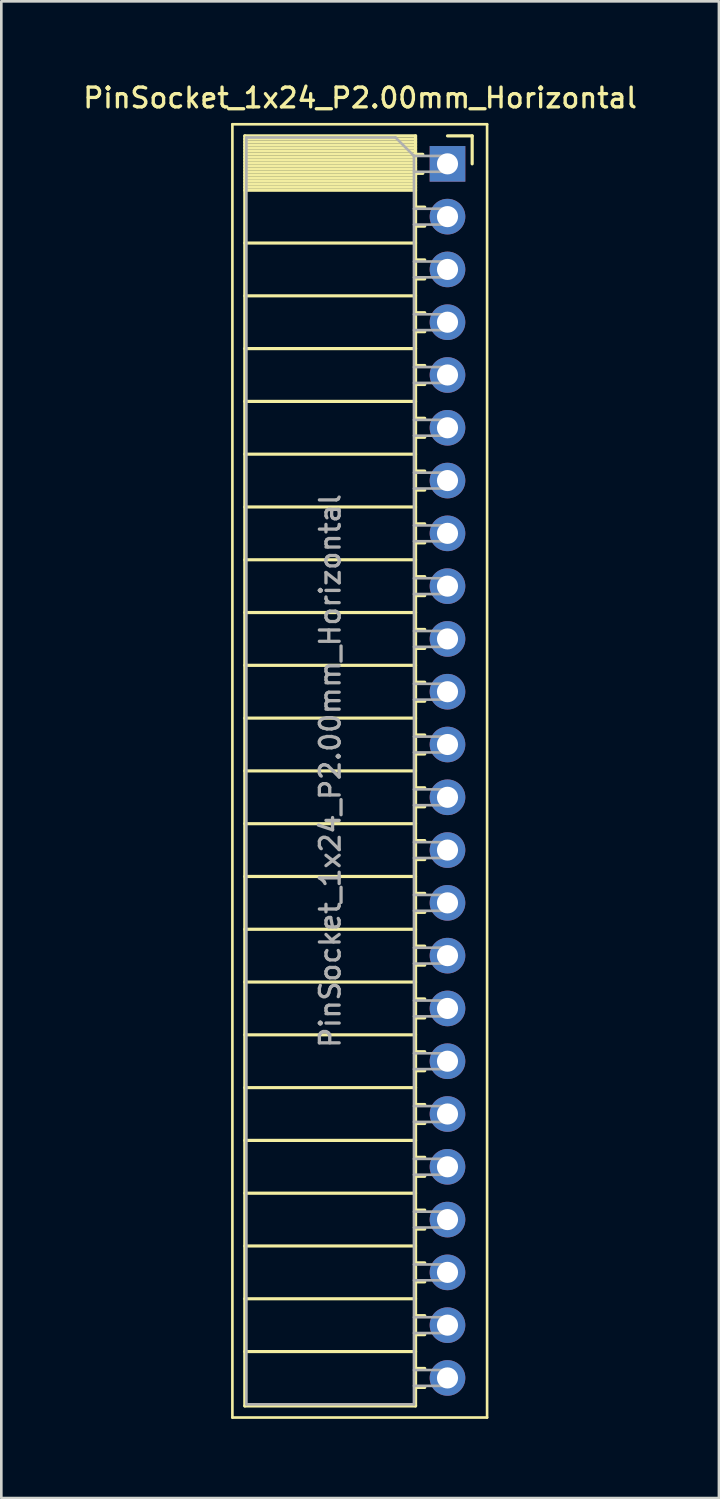
<source format=kicad_pcb>
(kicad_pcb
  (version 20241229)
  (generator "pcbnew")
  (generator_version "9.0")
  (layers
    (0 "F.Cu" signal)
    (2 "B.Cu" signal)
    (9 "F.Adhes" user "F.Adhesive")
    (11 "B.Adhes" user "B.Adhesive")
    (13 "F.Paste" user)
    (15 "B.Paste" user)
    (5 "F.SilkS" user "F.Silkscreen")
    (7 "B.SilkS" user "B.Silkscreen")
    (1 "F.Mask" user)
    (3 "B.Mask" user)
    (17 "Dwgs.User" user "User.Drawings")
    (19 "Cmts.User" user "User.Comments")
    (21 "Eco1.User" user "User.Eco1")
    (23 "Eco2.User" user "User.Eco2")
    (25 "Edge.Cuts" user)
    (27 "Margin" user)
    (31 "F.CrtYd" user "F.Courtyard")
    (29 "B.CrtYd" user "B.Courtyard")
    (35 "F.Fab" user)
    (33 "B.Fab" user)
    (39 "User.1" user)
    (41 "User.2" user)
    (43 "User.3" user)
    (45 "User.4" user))
  (footprint "PinSocket_1x24_P2.00mm_Horizontal"
    (layer "F.Cu")
    (at 13.905 3.158)
    (property "Reference" "PinSocket_1x24_P2.00mm_Horizontal" (at -3.31 -2.5 0) (layer "F.SilkS") (effects (font (size 0.75 0.75) (thickness 0.125))))
    (attr through_hole)
    (fp_line (start -8.15 -1.5) (end -8.15 47.5) (stroke (width 0.1) (type solid)) (layer "F.SilkS"))
    (fp_line (start -8.15 47.5) (end 1.5 47.5) (stroke (width 0.1) (type solid)) (layer "F.SilkS"))
    (fp_line (start -7.68 -1.06) (end -7.68 47.06) (stroke (width 0.12) (type solid)) (layer "F.SilkS"))
    (fp_line (start -7.68 -1.06) (end -1.21 -1.06) (stroke (width 0.12) (type solid)) (layer "F.SilkS"))
    (fp_line (start -7.68 -0.94) (end -1.21 -0.94) (stroke (width 0.12) (type solid)) (layer "F.SilkS"))
    (fp_line (start -7.68 -0.826) (end -1.21 -0.826) (stroke (width 0.12) (type solid)) (layer "F.SilkS"))
    (fp_line (start -7.68 -0.712) (end -1.21 -0.712) (stroke (width 0.12) (type solid)) (layer "F.SilkS"))
    (fp_line (start -7.68 -0.598) (end -1.21 -0.598) (stroke (width 0.12) (type solid)) (layer "F.SilkS"))
    (fp_line (start -7.68 -0.484) (end -1.21 -0.484) (stroke (width 0.12) (type solid)) (layer "F.SilkS"))
    (fp_line (start -7.68 -0.369) (end -1.21 -0.369) (stroke (width 0.12) (type solid)) (layer "F.SilkS"))
    (fp_line (start -7.68 -0.255) (end -1.21 -0.255) (stroke (width 0.12) (type solid)) (layer "F.SilkS"))
    (fp_line (start -7.68 -0.141) (end -1.21 -0.141) (stroke (width 0.12) (type solid)) (layer "F.SilkS"))
    (fp_line (start -7.68 -0.027) (end -1.21 -0.027) (stroke (width 0.12) (type solid)) (layer "F.SilkS"))
    (fp_line (start -7.68 0.087) (end -1.21 0.087) (stroke (width 0.12) (type solid)) (layer "F.SilkS"))
    (fp_line (start -7.68 0.201) (end -1.21 0.201) (stroke (width 0.12) (type solid)) (layer "F.SilkS"))
    (fp_line (start -7.68 0.315) (end -1.21 0.315) (stroke (width 0.12) (type solid)) (layer "F.SilkS"))
    (fp_line (start -7.68 0.429) (end -1.21 0.429) (stroke (width 0.12) (type solid)) (layer "F.SilkS"))
    (fp_line (start -7.68 0.544) (end -1.21 0.544) (stroke (width 0.12) (type solid)) (layer "F.SilkS"))
    (fp_line (start -7.68 0.658) (end -1.21 0.658) (stroke (width 0.12) (type solid)) (layer "F.SilkS"))
    (fp_line (start -7.68 0.772) (end -1.21 0.772) (stroke (width 0.12) (type solid)) (layer "F.SilkS"))
    (fp_line (start -7.68 0.886) (end -1.21 0.886) (stroke (width 0.12) (type solid)) (layer "F.SilkS"))
    (fp_line (start -7.68 1) (end -1.21 1) (stroke (width 0.12) (type solid)) (layer "F.SilkS"))
    (fp_line (start -7.68 3) (end -1.21 3) (stroke (width 0.12) (type solid)) (layer "F.SilkS"))
    (fp_line (start -7.68 5) (end -1.21 5) (stroke (width 0.12) (type solid)) (layer "F.SilkS"))
    (fp_line (start -7.68 7) (end -1.21 7) (stroke (width 0.12) (type solid)) (layer "F.SilkS"))
    (fp_line (start -7.68 9) (end -1.21 9) (stroke (width 0.12) (type solid)) (layer "F.SilkS"))
    (fp_line (start -7.68 11) (end -1.21 11) (stroke (width 0.12) (type solid)) (layer "F.SilkS"))
    (fp_line (start -7.68 13) (end -1.21 13) (stroke (width 0.12) (type solid)) (layer "F.SilkS"))
    (fp_line (start -7.68 15) (end -1.21 15) (stroke (width 0.12) (type solid)) (layer "F.SilkS"))
    (fp_line (start -7.68 17) (end -1.21 17) (stroke (width 0.12) (type solid)) (layer "F.SilkS"))
    (fp_line (start -7.68 19) (end -1.21 19) (stroke (width 0.12) (type solid)) (layer "F.SilkS"))
    (fp_line (start -7.68 21) (end -1.21 21) (stroke (width 0.12) (type solid)) (layer "F.SilkS"))
    (fp_line (start -7.68 23) (end -1.21 23) (stroke (width 0.12) (type solid)) (layer "F.SilkS"))
    (fp_line (start -7.68 25) (end -1.21 25) (stroke (width 0.12) (type solid)) (layer "F.SilkS"))
    (fp_line (start -7.68 27) (end -1.21 27) (stroke (width 0.12) (type solid)) (layer "F.SilkS"))
    (fp_line (start -7.68 29) (end -1.21 29) (stroke (width 0.12) (type solid)) (layer "F.SilkS"))
    (fp_line (start -7.68 31) (end -1.21 31) (stroke (width 0.12) (type solid)) (layer "F.SilkS"))
    (fp_line (start -7.68 33) (end -1.21 33) (stroke (width 0.12) (type solid)) (layer "F.SilkS"))
    (fp_line (start -7.68 35) (end -1.21 35) (stroke (width 0.12) (type solid)) (layer "F.SilkS"))
    (fp_line (start -7.68 37) (end -1.21 37) (stroke (width 0.12) (type solid)) (layer "F.SilkS"))
    (fp_line (start -7.68 39) (end -1.21 39) (stroke (width 0.12) (type solid)) (layer "F.SilkS"))
    (fp_line (start -7.68 41) (end -1.21 41) (stroke (width 0.12) (type solid)) (layer "F.SilkS"))
    (fp_line (start -7.68 43) (end -1.21 43) (stroke (width 0.12) (type solid)) (layer "F.SilkS"))
    (fp_line (start -7.68 45) (end -1.21 45) (stroke (width 0.12) (type solid)) (layer "F.SilkS"))
    (fp_line (start -7.68 47.06) (end -1.21 47.06) (stroke (width 0.12) (type solid)) (layer "F.SilkS"))
    (fp_line (start -1.21 -1.06) (end -1.21 47.06) (stroke (width 0.12) (type solid)) (layer "F.SilkS"))
    (fp_line (start -1.21 -0.36) (end -0.935 -0.36) (stroke (width 0.12) (type solid)) (layer "F.SilkS"))
    (fp_line (start -1.21 0.36) (end -0.935 0.36) (stroke (width 0.12) (type solid)) (layer "F.SilkS"))
    (fp_line (start -1.21 1.64) (end -0.863 1.64) (stroke (width 0.12) (type solid)) (layer "F.SilkS"))
    (fp_line (start -1.21 2.36) (end -0.863 2.36) (stroke (width 0.12) (type solid)) (layer "F.SilkS"))
    (fp_line (start -1.21 3.64) (end -0.863 3.64) (stroke (width 0.12) (type solid)) (layer "F.SilkS"))
    (fp_line (start -1.21 4.36) (end -0.863 4.36) (stroke (width 0.12) (type solid)) (layer "F.SilkS"))
    (fp_line (start -1.21 5.64) (end -0.863 5.64) (stroke (width 0.12) (type solid)) (layer "F.SilkS"))
    (fp_line (start -1.21 6.36) (end -0.863 6.36) (stroke (width 0.12) (type solid)) (layer "F.SilkS"))
    (fp_line (start -1.21 7.64) (end -0.863 7.64) (stroke (width 0.12) (type solid)) (layer "F.SilkS"))
    (fp_line (start -1.21 8.36) (end -0.863 8.36) (stroke (width 0.12) (type solid)) (layer "F.SilkS"))
    (fp_line (start -1.21 9.64) (end -0.863 9.64) (stroke (width 0.12) (type solid)) (layer "F.SilkS"))
    (fp_line (start -1.21 10.36) (end -0.863 10.36) (stroke (width 0.12) (type solid)) (layer "F.SilkS"))
    (fp_line (start -1.21 11.64) (end -0.863 11.64) (stroke (width 0.12) (type solid)) (layer "F.SilkS"))
    (fp_line (start -1.21 12.36) (end -0.863 12.36) (stroke (width 0.12) (type solid)) (layer "F.SilkS"))
    (fp_line (start -1.21 13.64) (end -0.863 13.64) (stroke (width 0.12) (type solid)) (layer "F.SilkS"))
    (fp_line (start -1.21 14.36) (end -0.863 14.36) (stroke (width 0.12) (type solid)) (layer "F.SilkS"))
    (fp_line (start -1.21 15.64) (end -0.863 15.64) (stroke (width 0.12) (type solid)) (layer "F.SilkS"))
    (fp_line (start -1.21 16.36) (end -0.863 16.36) (stroke (width 0.12) (type solid)) (layer "F.SilkS"))
    (fp_line (start -1.21 17.64) (end -0.863 17.64) (stroke (width 0.12) (type solid)) (layer "F.SilkS"))
    (fp_line (start -1.21 18.36) (end -0.863 18.36) (stroke (width 0.12) (type solid)) (layer "F.SilkS"))
    (fp_line (start -1.21 19.64) (end -0.863 19.64) (stroke (width 0.12) (type solid)) (layer "F.SilkS"))
    (fp_line (start -1.21 20.36) (end -0.863 20.36) (stroke (width 0.12) (type solid)) (layer "F.SilkS"))
    (fp_line (start -1.21 21.64) (end -0.863 21.64) (stroke (width 0.12) (type solid)) (layer "F.SilkS"))
    (fp_line (start -1.21 22.36) (end -0.863 22.36) (stroke (width 0.12) (type solid)) (layer "F.SilkS"))
    (fp_line (start -1.21 23.64) (end -0.863 23.64) (stroke (width 0.12) (type solid)) (layer "F.SilkS"))
    (fp_line (start -1.21 24.36) (end -0.863 24.36) (stroke (width 0.12) (type solid)) (layer "F.SilkS"))
    (fp_line (start -1.21 25.64) (end -0.863 25.64) (stroke (width 0.12) (type solid)) (layer "F.SilkS"))
    (fp_line (start -1.21 26.36) (end -0.863 26.36) (stroke (width 0.12) (type solid)) (layer "F.SilkS"))
    (fp_line (start -1.21 27.64) (end -0.863 27.64) (stroke (width 0.12) (type solid)) (layer "F.SilkS"))
    (fp_line (start -1.21 28.36) (end -0.863 28.36) (stroke (width 0.12) (type solid)) (layer "F.SilkS"))
    (fp_line (start -1.21 29.64) (end -0.863 29.64) (stroke (width 0.12) (type solid)) (layer "F.SilkS"))
    (fp_line (start -1.21 30.36) (end -0.863 30.36) (stroke (width 0.12) (type solid)) (layer "F.SilkS"))
    (fp_line (start -1.21 31.64) (end -0.863 31.64) (stroke (width 0.12) (type solid)) (layer "F.SilkS"))
    (fp_line (start -1.21 32.36) (end -0.863 32.36) (stroke (width 0.12) (type solid)) (layer "F.SilkS"))
    (fp_line (start -1.21 33.64) (end -0.863 33.64) (stroke (width 0.12) (type solid)) (layer "F.SilkS"))
    (fp_line (start -1.21 34.36) (end -0.863 34.36) (stroke (width 0.12) (type solid)) (layer "F.SilkS"))
    (fp_line (start -1.21 35.64) (end -0.863 35.64) (stroke (width 0.12) (type solid)) (layer "F.SilkS"))
    (fp_line (start -1.21 36.36) (end -0.863 36.36) (stroke (width 0.12) (type solid)) (layer "F.SilkS"))
    (fp_line (start -1.21 37.64) (end -0.863 37.64) (stroke (width 0.12) (type solid)) (layer "F.SilkS"))
    (fp_line (start -1.21 38.36) (end -0.863 38.36) (stroke (width 0.12) (type solid)) (layer "F.SilkS"))
    (fp_line (start -1.21 39.64) (end -0.863 39.64) (stroke (width 0.12) (type solid)) (layer "F.SilkS"))
    (fp_line (start -1.21 40.36) (end -0.863 40.36) (stroke (width 0.12) (type solid)) (layer "F.SilkS"))
    (fp_line (start -1.21 41.64) (end -0.863 41.64) (stroke (width 0.12) (type solid)) (layer "F.SilkS"))
    (fp_line (start -1.21 42.36) (end -0.863 42.36) (stroke (width 0.12) (type solid)) (layer "F.SilkS"))
    (fp_line (start -1.21 43.64) (end -0.863 43.64) (stroke (width 0.12) (type solid)) (layer "F.SilkS"))
    (fp_line (start -1.21 44.36) (end -0.863 44.36) (stroke (width 0.12) (type solid)) (layer "F.SilkS"))
    (fp_line (start -1.21 45.64) (end -0.863 45.64) (stroke (width 0.12) (type solid)) (layer "F.SilkS"))
    (fp_line (start -1.21 46.36) (end -0.863 46.36) (stroke (width 0.12) (type solid)) (layer "F.SilkS"))
    (fp_line (start 0 -1.06) (end 0.935 -1.06) (stroke (width 0.12) (type solid)) (layer "F.SilkS"))
    (fp_line (start 0.935 -1.06) (end 0.935 0) (stroke (width 0.12) (type solid)) (layer "F.SilkS"))
    (fp_line (start 1.5 -1.5) (end -8.15 -1.5) (stroke (width 0.1) (type solid)) (layer "F.SilkS"))
    (fp_line (start 1.5 47.5) (end 1.5 -1.5) (stroke (width 0.1) (type solid)) (layer "F.SilkS"))
    (fp_line (start -7.62 -1) (end -1.97 -1) (stroke (width 0.1) (type solid)) (layer "F.Fab"))
    (fp_line (start -7.62 47) (end -7.62 -1) (stroke (width 0.1) (type solid)) (layer "F.Fab"))
    (fp_line (start -1.97 -1) (end -1.27 -0.3) (stroke (width 0.1) (type solid)) (layer "F.Fab"))
    (fp_line (start -1.27 -0.3) (end -1.27 47) (stroke (width 0.1) (type solid)) (layer "F.Fab"))
    (fp_line (start -1.27 0.3) (end 0 0.3) (stroke (width 0.1) (type solid)) (layer "F.Fab"))
    (fp_line (start -1.27 2.3) (end 0 2.3) (stroke (width 0.1) (type solid)) (layer "F.Fab"))
    (fp_line (start -1.27 4.3) (end 0 4.3) (stroke (width 0.1) (type solid)) (layer "F.Fab"))
    (fp_line (start -1.27 6.3) (end 0 6.3) (stroke (width 0.1) (type solid)) (layer "F.Fab"))
    (fp_line (start -1.27 8.3) (end 0 8.3) (stroke (width 0.1) (type solid)) (layer "F.Fab"))
    (fp_line (start -1.27 10.3) (end 0 10.3) (stroke (width 0.1) (type solid)) (layer "F.Fab"))
    (fp_line (start -1.27 12.3) (end 0 12.3) (stroke (width 0.1) (type solid)) (layer "F.Fab"))
    (fp_line (start -1.27 14.3) (end 0 14.3) (stroke (width 0.1) (type solid)) (layer "F.Fab"))
    (fp_line (start -1.27 16.3) (end 0 16.3) (stroke (width 0.1) (type solid)) (layer "F.Fab"))
    (fp_line (start -1.27 18.3) (end 0 18.3) (stroke (width 0.1) (type solid)) (layer "F.Fab"))
    (fp_line (start -1.27 20.3) (end 0 20.3) (stroke (width 0.1) (type solid)) (layer "F.Fab"))
    (fp_line (start -1.27 22.3) (end 0 22.3) (stroke (width 0.1) (type solid)) (layer "F.Fab"))
    (fp_line (start -1.27 24.3) (end 0 24.3) (stroke (width 0.1) (type solid)) (layer "F.Fab"))
    (fp_line (start -1.27 26.3) (end 0 26.3) (stroke (width 0.1) (type solid)) (layer "F.Fab"))
    (fp_line (start -1.27 28.3) (end 0 28.3) (stroke (width 0.1) (type solid)) (layer "F.Fab"))
    (fp_line (start -1.27 30.3) (end 0 30.3) (stroke (width 0.1) (type solid)) (layer "F.Fab"))
    (fp_line (start -1.27 32.3) (end 0 32.3) (stroke (width 0.1) (type solid)) (layer "F.Fab"))
    (fp_line (start -1.27 34.3) (end 0 34.3) (stroke (width 0.1) (type solid)) (layer "F.Fab"))
    (fp_line (start -1.27 36.3) (end 0 36.3) (stroke (width 0.1) (type solid)) (layer "F.Fab"))
    (fp_line (start -1.27 38.3) (end 0 38.3) (stroke (width 0.1) (type solid)) (layer "F.Fab"))
    (fp_line (start -1.27 40.3) (end 0 40.3) (stroke (width 0.1) (type solid)) (layer "F.Fab"))
    (fp_line (start -1.27 42.3) (end 0 42.3) (stroke (width 0.1) (type solid)) (layer "F.Fab"))
    (fp_line (start -1.27 44.3) (end 0 44.3) (stroke (width 0.1) (type solid)) (layer "F.Fab"))
    (fp_line (start -1.27 46.3) (end 0 46.3) (stroke (width 0.1) (type solid)) (layer "F.Fab"))
    (fp_line (start -1.27 47) (end -7.62 47) (stroke (width 0.1) (type solid)) (layer "F.Fab"))
    (fp_line (start 0 -0.3) (end -1.27 -0.3) (stroke (width 0.1) (type solid)) (layer "F.Fab"))
    (fp_line (start 0 0.3) (end 0 -0.3) (stroke (width 0.1) (type solid)) (layer "F.Fab"))
    (fp_line (start 0 1.7) (end -1.27 1.7) (stroke (width 0.1) (type solid)) (layer "F.Fab"))
    (fp_line (start 0 2.3) (end 0 1.7) (stroke (width 0.1) (type solid)) (layer "F.Fab"))
    (fp_line (start 0 3.7) (end -1.27 3.7) (stroke (width 0.1) (type solid)) (layer "F.Fab"))
    (fp_line (start 0 4.3) (end 0 3.7) (stroke (width 0.1) (type solid)) (layer "F.Fab"))
    (fp_line (start 0 5.7) (end -1.27 5.7) (stroke (width 0.1) (type solid)) (layer "F.Fab"))
    (fp_line (start 0 6.3) (end 0 5.7) (stroke (width 0.1) (type solid)) (layer "F.Fab"))
    (fp_line (start 0 7.7) (end -1.27 7.7) (stroke (width 0.1) (type solid)) (layer "F.Fab"))
    (fp_line (start 0 8.3) (end 0 7.7) (stroke (width 0.1) (type solid)) (layer "F.Fab"))
    (fp_line (start 0 9.7) (end -1.27 9.7) (stroke (width 0.1) (type solid)) (layer "F.Fab"))
    (fp_line (start 0 10.3) (end 0 9.7) (stroke (width 0.1) (type solid)) (layer "F.Fab"))
    (fp_line (start 0 11.7) (end -1.27 11.7) (stroke (width 0.1) (type solid)) (layer "F.Fab"))
    (fp_line (start 0 12.3) (end 0 11.7) (stroke (width 0.1) (type solid)) (layer "F.Fab"))
    (fp_line (start 0 13.7) (end -1.27 13.7) (stroke (width 0.1) (type solid)) (layer "F.Fab"))
    (fp_line (start 0 14.3) (end 0 13.7) (stroke (width 0.1) (type solid)) (layer "F.Fab"))
    (fp_line (start 0 15.7) (end -1.27 15.7) (stroke (width 0.1) (type solid)) (layer "F.Fab"))
    (fp_line (start 0 16.3) (end 0 15.7) (stroke (width 0.1) (type solid)) (layer "F.Fab"))
    (fp_line (start 0 17.7) (end -1.27 17.7) (stroke (width 0.1) (type solid)) (layer "F.Fab"))
    (fp_line (start 0 18.3) (end 0 17.7) (stroke (width 0.1) (type solid)) (layer "F.Fab"))
    (fp_line (start 0 19.7) (end -1.27 19.7) (stroke (width 0.1) (type solid)) (layer "F.Fab"))
    (fp_line (start 0 20.3) (end 0 19.7) (stroke (width 0.1) (type solid)) (layer "F.Fab"))
    (fp_line (start 0 21.7) (end -1.27 21.7) (stroke (width 0.1) (type solid)) (layer "F.Fab"))
    (fp_line (start 0 22.3) (end 0 21.7) (stroke (width 0.1) (type solid)) (layer "F.Fab"))
    (fp_line (start 0 23.7) (end -1.27 23.7) (stroke (width 0.1) (type solid)) (layer "F.Fab"))
    (fp_line (start 0 24.3) (end 0 23.7) (stroke (width 0.1) (type solid)) (layer "F.Fab"))
    (fp_line (start 0 25.7) (end -1.27 25.7) (stroke (width 0.1) (type solid)) (layer "F.Fab"))
    (fp_line (start 0 26.3) (end 0 25.7) (stroke (width 0.1) (type solid)) (layer "F.Fab"))
    (fp_line (start 0 27.7) (end -1.27 27.7) (stroke (width 0.1) (type solid)) (layer "F.Fab"))
    (fp_line (start 0 28.3) (end 0 27.7) (stroke (width 0.1) (type solid)) (layer "F.Fab"))
    (fp_line (start 0 29.7) (end -1.27 29.7) (stroke (width 0.1) (type solid)) (layer "F.Fab"))
    (fp_line (start 0 30.3) (end 0 29.7) (stroke (width 0.1) (type solid)) (layer "F.Fab"))
    (fp_line (start 0 31.7) (end -1.27 31.7) (stroke (width 0.1) (type solid)) (layer "F.Fab"))
    (fp_line (start 0 32.3) (end 0 31.7) (stroke (width 0.1) (type solid)) (layer "F.Fab"))
    (fp_line (start 0 33.7) (end -1.27 33.7) (stroke (width 0.1) (type solid)) (layer "F.Fab"))
    (fp_line (start 0 34.3) (end 0 33.7) (stroke (width 0.1) (type solid)) (layer "F.Fab"))
    (fp_line (start 0 35.7) (end -1.27 35.7) (stroke (width 0.1) (type solid)) (layer "F.Fab"))
    (fp_line (start 0 36.3) (end 0 35.7) (stroke (width 0.1) (type solid)) (layer "F.Fab"))
    (fp_line (start 0 37.7) (end -1.27 37.7) (stroke (width 0.1) (type solid)) (layer "F.Fab"))
    (fp_line (start 0 38.3) (end 0 37.7) (stroke (width 0.1) (type solid)) (layer "F.Fab"))
    (fp_line (start 0 39.7) (end -1.27 39.7) (stroke (width 0.1) (type solid)) (layer "F.Fab"))
    (fp_line (start 0 40.3) (end 0 39.7) (stroke (width 0.1) (type solid)) (layer "F.Fab"))
    (fp_line (start 0 41.7) (end -1.27 41.7) (stroke (width 0.1) (type solid)) (layer "F.Fab"))
    (fp_line (start 0 42.3) (end 0 41.7) (stroke (width 0.1) (type solid)) (layer "F.Fab"))
    (fp_line (start 0 43.7) (end -1.27 43.7) (stroke (width 0.1) (type solid)) (layer "F.Fab"))
    (fp_line (start 0 44.3) (end 0 43.7) (stroke (width 0.1) (type solid)) (layer "F.Fab"))
    (fp_line (start 0 45.7) (end -1.27 45.7) (stroke (width 0.1) (type solid)) (layer "F.Fab"))
    (fp_line (start 0 46.3) (end 0 45.7) (stroke (width 0.1) (type solid)) (layer "F.Fab"))
    (fp_text user "${REFERENCE}" (at -4.445 23 90) (layer "F.Fab") (effects (font (size 0.75 0.75) (thickness 0.125))))
    (pad "1" thru_hole rect (at 0 0) (size 1.35 1.35) (drill 0.8) (layers "*.Cu" "*.Mask"))
    (pad "2" thru_hole oval (at 0 2) (size 1.35 1.35) (drill 0.8) (layers "*.Cu" "*.Mask"))
    (pad "3" thru_hole oval (at 0 4) (size 1.35 1.35) (drill 0.8) (layers "*.Cu" "*.Mask"))
    (pad "4" thru_hole oval (at 0 6) (size 1.35 1.35) (drill 0.8) (layers "*.Cu" "*.Mask"))
    (pad "5" thru_hole oval (at 0 8) (size 1.35 1.35) (drill 0.8) (layers "*.Cu" "*.Mask"))
    (pad "6" thru_hole oval (at 0 10) (size 1.35 1.35) (drill 0.8) (layers "*.Cu" "*.Mask"))
    (pad "7" thru_hole oval (at 0 12) (size 1.35 1.35) (drill 0.8) (layers "*.Cu" "*.Mask"))
    (pad "8" thru_hole oval (at 0 14) (size 1.35 1.35) (drill 0.8) (layers "*.Cu" "*.Mask"))
    (pad "9" thru_hole oval (at 0 16) (size 1.35 1.35) (drill 0.8) (layers "*.Cu" "*.Mask"))
    (pad "10" thru_hole oval (at 0 18) (size 1.35 1.35) (drill 0.8) (layers "*.Cu" "*.Mask"))
    (pad "11" thru_hole oval (at 0 20) (size 1.35 1.35) (drill 0.8) (layers "*.Cu" "*.Mask"))
    (pad "12" thru_hole oval (at 0 22) (size 1.35 1.35) (drill 0.8) (layers "*.Cu" "*.Mask"))
    (pad "13" thru_hole oval (at 0 24) (size 1.35 1.35) (drill 0.8) (layers "*.Cu" "*.Mask"))
    (pad "14" thru_hole oval (at 0 26) (size 1.35 1.35) (drill 0.8) (layers "*.Cu" "*.Mask"))
    (pad "15" thru_hole oval (at 0 28) (size 1.35 1.35) (drill 0.8) (layers "*.Cu" "*.Mask"))
    (pad "16" thru_hole oval (at 0 30) (size 1.35 1.35) (drill 0.8) (layers "*.Cu" "*.Mask"))
    (pad "17" thru_hole oval (at 0 32) (size 1.35 1.35) (drill 0.8) (layers "*.Cu" "*.Mask"))
    (pad "18" thru_hole oval (at 0 34) (size 1.35 1.35) (drill 0.8) (layers "*.Cu" "*.Mask"))
    (pad "19" thru_hole oval (at 0 36) (size 1.35 1.35) (drill 0.8) (layers "*.Cu" "*.Mask"))
    (pad "20" thru_hole oval (at 0 38) (size 1.35 1.35) (drill 0.8) (layers "*.Cu" "*.Mask"))
    (pad "21" thru_hole oval (at 0 40) (size 1.35 1.35) (drill 0.8) (layers "*.Cu" "*.Mask"))
    (pad "22" thru_hole oval (at 0 42) (size 1.35 1.35) (drill 0.8) (layers "*.Cu" "*.Mask"))
    (pad "23" thru_hole oval (at 0 44) (size 1.35 1.35) (drill 0.8) (layers "*.Cu" "*.Mask"))
    (pad "24" thru_hole oval (at 0 46) (size 1.35 1.35) (drill 0.8) (layers "*.Cu" "*.Mask")))
  (gr_rect
    (start -3 -3)
    (end 24.189 53.708)
    (stroke (width 0.1) (type default))
    (fill no)
    (layer "Edge.Cuts")))
</source>
